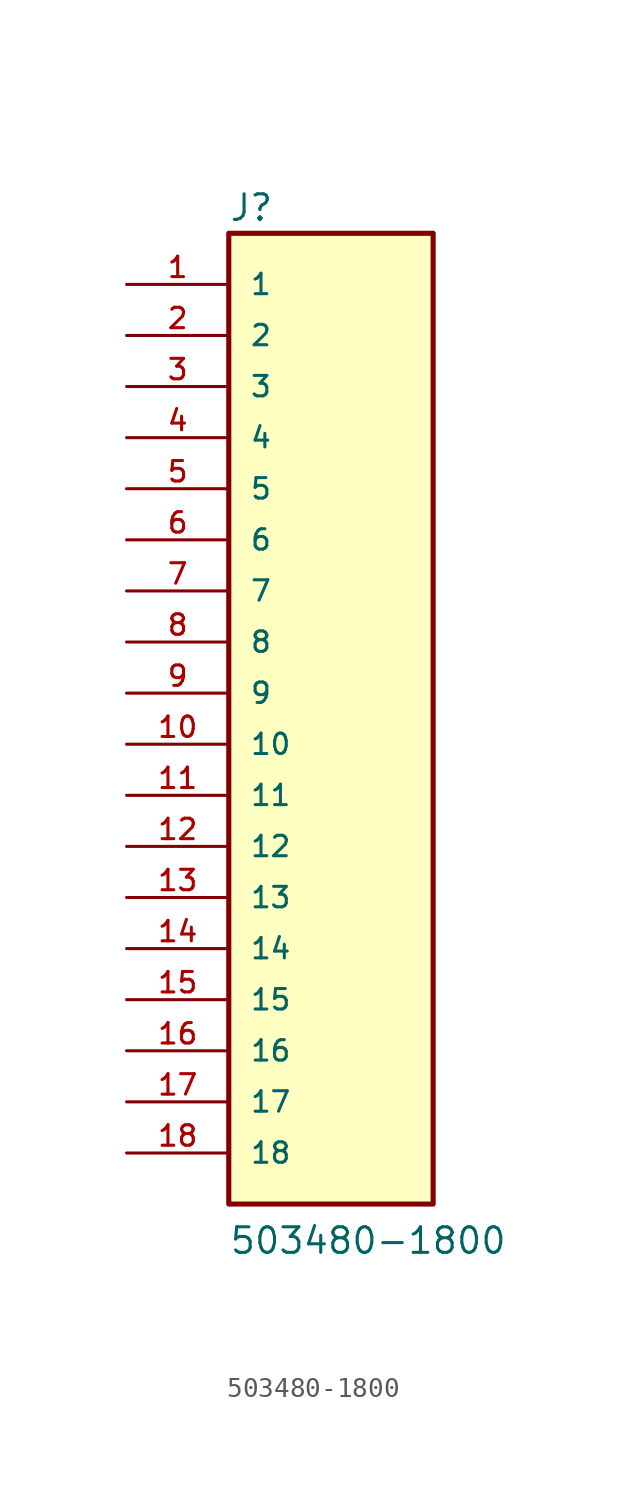
<source format=kicad_sym>
(kicad_symbol_lib
  (version 20211014)
  (generator kicad_symbol_editor)
  (symbol "503480-1800"
    (pin_names
      (offset 1.016))
    (property "Reference" "J"
      (at -5.085 23.389 0)
      (effects (font (size 1.27 1.27)) (justify bottom left)))
    (property "Value" "503480-1800"
      (at -5.085 -27.963 0)
      (effects (font (size 1.27 1.27)) (justify bottom left)))
    (symbol "503480-1800_0_0"
      (rectangle (start -5.08 -25.4) (end 5.08 22.86) (stroke (width 0.254)) (fill (type background)))
      (pin passive line (at -10.16 20.32 0) (length 5.08) (name "1" (effects (font (size 1.016 1.016)))) (number "1" (effects (font (size 1.016 1.016)))))
      (pin passive line (at -10.16 17.78 0) (length 5.08) (name "2" (effects (font (size 1.016 1.016)))) (number "2" (effects (font (size 1.016 1.016)))))
      (pin passive line (at -10.16 15.24 0) (length 5.08) (name "3" (effects (font (size 1.016 1.016)))) (number "3" (effects (font (size 1.016 1.016)))))
      (pin passive line (at -10.16 12.7 0) (length 5.08) (name "4" (effects (font (size 1.016 1.016)))) (number "4" (effects (font (size 1.016 1.016)))))
      (pin passive line (at -10.16 10.16 0) (length 5.08) (name "5" (effects (font (size 1.016 1.016)))) (number "5" (effects (font (size 1.016 1.016)))))
      (pin passive line (at -10.16 7.62 0) (length 5.08) (name "6" (effects (font (size 1.016 1.016)))) (number "6" (effects (font (size 1.016 1.016)))))
      (pin passive line (at -10.16 5.08 0) (length 5.08) (name "7" (effects (font (size 1.016 1.016)))) (number "7" (effects (font (size 1.016 1.016)))))
      (pin passive line (at -10.16 2.54 0) (length 5.08) (name "8" (effects (font (size 1.016 1.016)))) (number "8" (effects (font (size 1.016 1.016)))))
      (pin passive line (at -10.16 0.0 0) (length 5.08) (name "9" (effects (font (size 1.016 1.016)))) (number "9" (effects (font (size 1.016 1.016)))))
      (pin passive line (at -10.16 -2.54 0) (length 5.08) (name "10" (effects (font (size 1.016 1.016)))) (number "10" (effects (font (size 1.016 1.016)))))
      (pin passive line (at -10.16 -5.08 0) (length 5.08) (name "11" (effects (font (size 1.016 1.016)))) (number "11" (effects (font (size 1.016 1.016)))))
      (pin passive line (at -10.16 -7.62 0) (length 5.08) (name "12" (effects (font (size 1.016 1.016)))) (number "12" (effects (font (size 1.016 1.016)))))
      (pin passive line (at -10.16 -10.16 0) (length 5.08) (name "13" (effects (font (size 1.016 1.016)))) (number "13" (effects (font (size 1.016 1.016)))))
      (pin passive line (at -10.16 -12.7 0) (length 5.08) (name "14" (effects (font (size 1.016 1.016)))) (number "14" (effects (font (size 1.016 1.016)))))
      (pin passive line (at -10.16 -15.24 0) (length 5.08) (name "15" (effects (font (size 1.016 1.016)))) (number "15" (effects (font (size 1.016 1.016)))))
      (pin passive line (at -10.16 -17.78 0) (length 5.08) (name "16" (effects (font (size 1.016 1.016)))) (number "16" (effects (font (size 1.016 1.016)))))
      (pin passive line (at -10.16 -20.32 0) (length 5.08) (name "17" (effects (font (size 1.016 1.016)))) (number "17" (effects (font (size 1.016 1.016)))))
      (pin passive line (at -10.16 -22.86 0) (length 5.08) (name "18" (effects (font (size 1.016 1.016)))) (number "18" (effects (font (size 1.016 1.016))))))))
</source>
